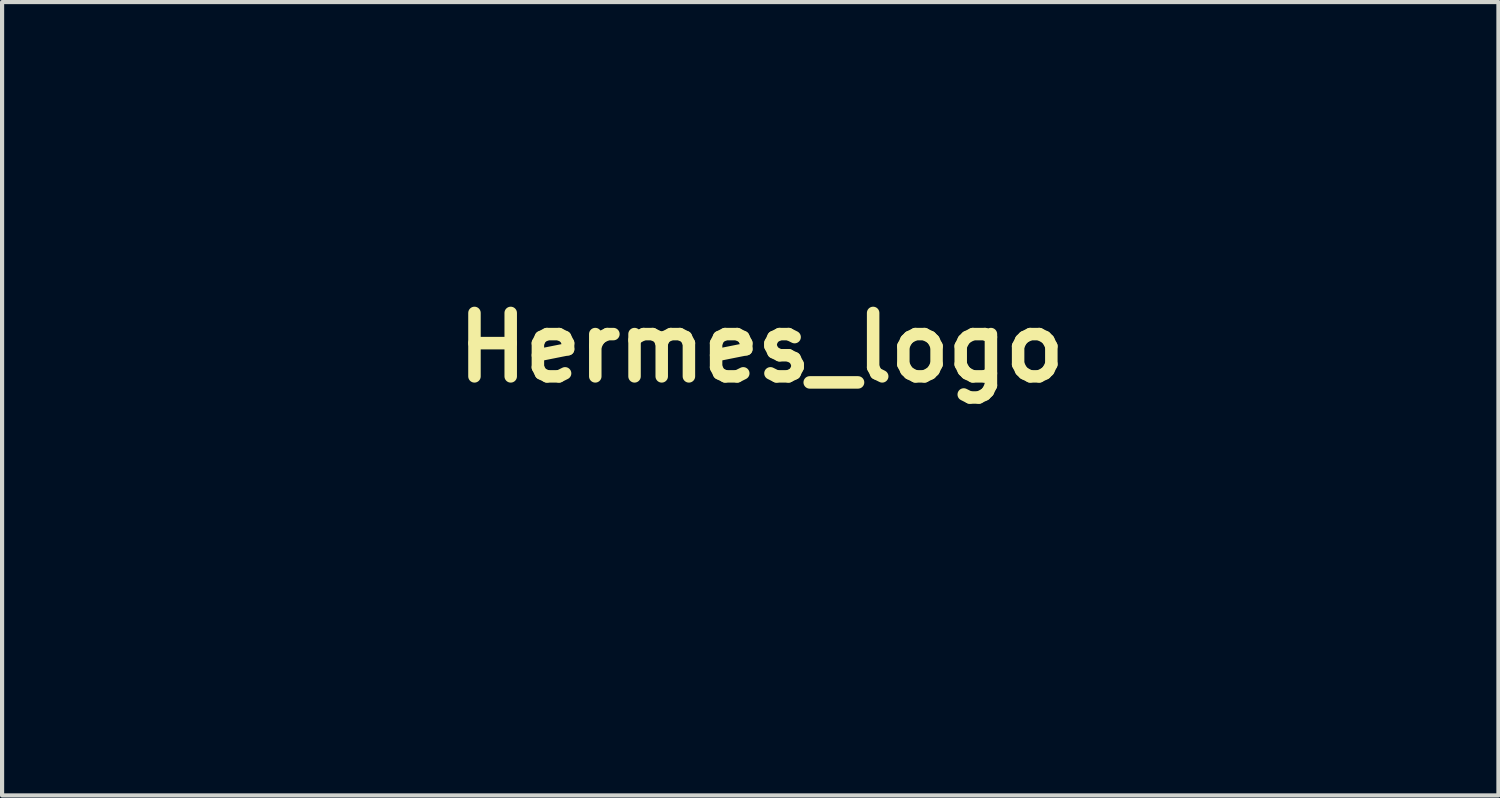
<source format=kicad_pcb>
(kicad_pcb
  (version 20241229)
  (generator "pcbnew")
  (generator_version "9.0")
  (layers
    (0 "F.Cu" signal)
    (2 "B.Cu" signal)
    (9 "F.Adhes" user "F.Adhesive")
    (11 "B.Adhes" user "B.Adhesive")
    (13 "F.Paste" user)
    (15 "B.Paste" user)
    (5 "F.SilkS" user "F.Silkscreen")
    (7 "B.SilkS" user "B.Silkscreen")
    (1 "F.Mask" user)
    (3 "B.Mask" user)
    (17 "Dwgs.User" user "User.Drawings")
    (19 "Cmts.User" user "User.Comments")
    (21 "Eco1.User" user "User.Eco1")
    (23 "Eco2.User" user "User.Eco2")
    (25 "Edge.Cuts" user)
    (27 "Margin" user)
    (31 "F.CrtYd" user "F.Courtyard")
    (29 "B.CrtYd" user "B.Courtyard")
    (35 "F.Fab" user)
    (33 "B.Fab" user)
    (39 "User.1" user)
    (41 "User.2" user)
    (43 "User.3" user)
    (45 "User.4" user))
  (footprint "Hermes_logo"
    (layer "F.Cu")
    (at 15.245 5.304)
    (property "Reference" "Hermes_logo" (at 0 0 0) (layer "F.SilkS") (effects (font (size 1.524 1.524) (thickness 0.3))))
    (attr through_hole)
    (fp_poly (pts (xy 2.05 6.506) (xy 2.013 6.665) (xy 1.872 6.684) (xy 1.652 6.586) (xy 1.693 6.506) (xy 2.011 6.474) (xy 2.05 6.506)) (stroke (width 0.01) (type solid)) (fill yes) (layer "F.Mask"))
    (fp_poly (pts (xy 2.05 7.575) (xy 2.013 7.734) (xy 1.872 7.754) (xy 1.652 7.656) (xy 1.693 7.575) (xy 2.011 7.543) (xy 2.05 7.575)) (stroke (width 0.01) (type solid)) (fill yes) (layer "F.Mask"))
    (fp_poly (pts (xy -14.953 -4.494) (xy -14.692 -4.265) (xy -14.685 -4.204) (xy -14.702 -3.799) (xy -14.705 -3.476) (xy -14.817 -3.041) (xy -14.973 -2.941) (xy -15.158 -3.174) (xy -15.24 -3.737) (xy -15.24 -3.765) (xy -15.161 -4.318) (xy -14.962 -4.497) (xy -14.953 -4.494)) (stroke (width 0.01) (type solid)) (fill yes) (layer "F.Mask"))
    (fp_poly (pts (xy 4.204 5.85) (xy 4.276 6.425) (xy 4.278 6.528) (xy 4.366 7.181) (xy 4.582 7.561) (xy 4.612 7.577) (xy 4.624 7.673) (xy 4.208 7.727) (xy 4.144 7.728) (xy 3.645 7.694) (xy 3.651 7.554) (xy 3.711 7.512) (xy 3.966 7.049) (xy 3.958 6.446) (xy 3.935 5.875) (xy 4.045 5.616) (xy 4.057 5.615) (xy 4.204 5.85)) (stroke (width 0.01) (type solid)) (fill yes) (layer "F.Mask"))
    (fp_poly (pts (xy -1.082 5.81) (xy -0.92 6.252) (xy -0.678 6.827) (xy -0.401 6.89) (xy -0.138 6.431) (xy -0.127 6.397) (xy 0.065 6.018) (xy 0.194 5.987) (xy 0.205 6.312) (xy 0.031 6.864) (xy -0.233 7.415) (xy -0.491 7.736) (xy -0.546 7.754) (xy -0.76 7.526) (xy -1.019 6.963) (xy -1.075 6.8) (xy -1.244 6.146) (xy -1.263 5.737) (xy -1.243 5.699) (xy -1.082 5.81)) (stroke (width 0.01) (type solid)) (fill yes) (layer "F.Mask"))
    (fp_poly (pts (xy 8.775 -5.174) (xy 8.739 -4.712) (xy 8.729 -4.684) (xy 8.313 -4.187) (xy 7.714 -4.13) (xy 7.215 -4.416) (xy 6.821 -4.724) (xy 6.623 -4.657) (xy 6.527 -4.448) (xy 6.255 -4.072) (xy 5.992 -4.063) (xy 5.924 -4.422) (xy 5.929 -4.45) (xy 6.255 -5.054) (xy 6.809 -5.258) (xy 7.422 -5.004) (xy 7.446 -4.982) (xy 7.847 -4.664) (xy 8.073 -4.72) (xy 8.244 -4.991) (xy 8.559 -5.299) (xy 8.775 -5.174)) (stroke (width 0.01) (type solid)) (fill yes) (layer "F.Mask"))
    (fp_poly (pts (xy -2.206 5.651) (xy -1.747 5.688) (xy -1.797 5.745) (xy -2.072 5.803) (xy -2.578 6.014) (xy -2.612 6.287) (xy -2.206 6.5) (xy -1.876 6.602) (xy -2.066 6.643) (xy -2.206 6.653) (xy -2.605 6.836) (xy -2.63 7.179) (xy -2.306 7.49) (xy -2.072 7.565) (xy -1.719 7.65) (xy -1.86 7.696) (xy -2.206 7.717) (xy -2.677 7.694) (xy -2.887 7.465) (xy -2.94 6.882) (xy -2.941 6.684) (xy -2.909 6) (xy -2.744 5.703) (xy -2.342 5.646) (xy -2.206 5.651)) (stroke (width 0.01) (type solid)) (fill yes) (layer "F.Mask"))
    (fp_poly (pts (xy 3.296 4.585) (xy 6.409 4.595) (xy 9.157 4.612) (xy 10.384 4.624) (xy 11.094 4.635) (xy 11.306 4.646) (xy 11.039 4.655) (xy 10.311 4.664) (xy 9.14 4.671) (xy 7.546 4.677) (xy 5.546 4.682) (xy 3.159 4.685) (xy 0.404 4.686) (xy 0 4.686) (xy -2.804 4.685) (xy -5.243 4.683) (xy -7.296 4.678) (xy -8.947 4.672) (xy -10.177 4.665) (xy -10.966 4.657) (xy -11.297 4.647) (xy -11.152 4.637) (xy -10.511 4.626) (xy -9.356 4.614) (xy -9.157 4.612) (xy -6.4 4.595) (xy -3.287 4.585) (xy 0.005 4.582) (xy 3.296 4.585)) (stroke (width 0.01) (type solid)) (fill yes) (layer "F.Mask"))
    (fp_poly (pts (xy -4.175 5.663) (xy -3.945 5.894) (xy -3.767 6.434) (xy -3.628 7.085) (xy -3.544 7.603) (xy -3.624 7.662) (xy -3.835 7.419) (xy -4.246 7.044) (xy -4.488 6.952) (xy -4.788 7.172) (xy -4.896 7.419) (xy -4.974 7.476) (xy -5.033 7.086) (xy -5.049 6.751) (xy -5.033 6.046) (xy -4.78 6.046) (xy -4.714 6.415) (xy -4.642 6.499) (xy -4.308 6.553) (xy -4.038 6.282) (xy -4.011 6.134) (xy -4.227 5.91) (xy -4.412 5.882) (xy -4.78 6.046) (xy -5.033 6.046) (xy -5.032 6.028) (xy -4.887 5.696) (xy -4.55 5.615) (xy -4.537 5.615) (xy -4.175 5.663)) (stroke (width 0.01) (type solid)) (fill yes) (layer "F.Mask"))
    (fp_poly (pts (xy 5.866 -3.026) (xy 5.939 -2.903) (xy 6.148 -2.731) (xy 6.613 -2.903) (xy 7.593 -3.191) (xy 8.49 -3.018) (xy 8.982 -2.646) (xy 9.213 -2.309) (xy 9.373 -1.829) (xy 9.478 -1.099) (xy 9.547 -0.013) (xy 9.581 0.963) (xy 9.615 2.275) (xy 9.615 3.144) (xy 9.568 3.661) (xy 9.46 3.917) (xy 9.276 4.003) (xy 9.122 4.011) (xy 8.887 3.979) (xy 8.728 3.824) (xy 8.625 3.457) (xy 8.562 2.787) (xy 8.52 1.726) (xy 8.497 0.869) (xy 8.422 -2.273) (xy 7.494 -2.273) (xy 6.746 -2.123) (xy 6.251 -1.635) (xy 5.975 -0.75) (xy 5.886 0.587) (xy 5.886 0.602) (xy 5.85 1.512) (xy 5.731 1.99) (xy 5.502 2.138) (xy 5.481 2.139) (xy 5.294 2.051) (xy 5.174 1.727) (xy 5.108 1.08) (xy 5.082 0.022) (xy 5.08 -0.535) (xy 5.095 -1.796) (xy 5.148 -2.605) (xy 5.25 -3.047) (xy 5.414 -3.204) (xy 5.459 -3.208) (xy 5.866 -3.026)) (stroke (width 0.01) (type solid)) (fill yes) (layer "F.Mask"))
    (fp_poly (pts (xy 13.584 -2.385) (xy 14.269 -2.129) (xy 14.663 -1.669) (xy 14.705 -1.417) (xy 14.546 -1.104) (xy 14.178 -1.142) (xy 13.767 -1.503) (xy 13.698 -1.604) (xy 13.194 -2.052) (xy 12.614 -2.067) (xy 12.066 -1.718) (xy 11.657 -1.074) (xy 11.497 -0.204) (xy 11.564 0.25) (xy 11.842 0.609) (xy 12.444 0.981) (xy 12.967 1.238) (xy 13.8 1.666) (xy 14.245 2.016) (xy 14.418 2.402) (xy 14.438 2.69) (xy 14.202 3.429) (xy 13.583 3.974) (xy 12.719 4.264) (xy 11.745 4.237) (xy 11.296 4.101) (xy 10.995 3.749) (xy 10.962 3.559) (xy 11.111 3.283) (xy 11.43 3.344) (xy 12.299 3.643) (xy 12.869 3.666) (xy 13.236 3.475) (xy 13.592 3.012) (xy 13.483 2.556) (xy 12.887 2.063) (xy 12.318 1.747) (xy 11.549 1.322) (xy 10.986 0.942) (xy 10.808 0.769) (xy 10.628 0.047) (xy 10.754 -0.834) (xy 11.14 -1.628) (xy 11.259 -1.769) (xy 11.93 -2.22) (xy 12.755 -2.42) (xy 13.584 -2.385)) (stroke (width 0.01) (type solid)) (fill yes) (layer "F.Mask"))
    (fp_poly (pts (xy -3.667 -2.092) (xy -3.228 -1.702) (xy -2.756 -0.751) (xy -2.712 0.231) (xy -3.042 1.12) (xy -3.695 1.792) (xy -4.615 2.124) (xy -4.881 2.139) (xy -5.593 2.048) (xy -6.084 1.829) (xy -6.096 1.818) (xy -6.286 1.741) (xy -6.386 2.045) (xy -6.417 2.803) (xy -6.417 2.888) (xy -6.453 3.734) (xy -6.584 4.161) (xy -6.842 4.278) (xy -7.031 4.213) (xy -7.148 3.96) (xy -7.202 3.427) (xy -7.205 2.524) (xy -7.176 1.446) (xy -7.126 0.168) (xy -7.099 -0.169) (xy -6.151 -0.169) (xy -6.038 0.739) (xy -5.707 1.383) (xy -5.215 1.798) (xy -4.72 1.804) (xy -4.272 1.601) (xy -3.851 1.116) (xy -3.592 0.327) (xy -3.54 -0.549) (xy -3.693 -1.2) (xy -4.204 -1.833) (xy -4.877 -2.04) (xy -5.561 -1.782) (xy -5.634 -1.721) (xy -6.015 -1.067) (xy -6.151 -0.169) (xy -7.099 -0.169) (xy -7.056 -0.689) (xy -6.943 -1.239) (xy -6.762 -1.594) (xy -6.488 -1.868) (xy -6.454 -1.896) (xy -5.555 -2.341) (xy -4.563 -2.402) (xy -3.667 -2.092)) (stroke (width 0.01) (type solid)) (fill yes) (layer "F.Mask"))
    (fp_poly (pts (xy -0.212 -0.471) (xy -0.12 0.672) (xy 0.085 1.345) (xy 0.467 1.609) (xy 1.089 1.527) (xy 1.625 1.328) (xy 2.085 1.09) (xy 2.317 0.761) (xy 2.398 0.172) (xy 2.406 -0.393) (xy 2.37 -1.252) (xy 2.224 -1.743) (xy 1.909 -2.026) (xy 1.805 -2.08) (xy 1.467 -2.268) (xy 1.541 -2.355) (xy 2.083 -2.386) (xy 2.206 -2.388) (xy 3.208 -2.406) (xy 3.208 -0.401) (xy 3.229 0.657) (xy 3.305 1.278) (xy 3.456 1.558) (xy 3.609 1.604) (xy 3.965 1.749) (xy 4.011 1.872) (xy 3.778 2.059) (xy 3.218 2.139) (xy 3.208 2.139) (xy 2.582 2.026) (xy 2.406 1.723) (xy 2.358 1.456) (xy 2.118 1.519) (xy 1.812 1.723) (xy 1.073 2.048) (xy 0.491 2.139) (xy 0.002 2.205) (xy -0.227 2.506) (xy -0.318 3.121) (xy -0.455 3.792) (xy -0.685 4.186) (xy -0.735 4.213) (xy -0.889 4.13) (xy -0.991 3.72) (xy -1.048 2.917) (xy -1.069 1.657) (xy -1.069 1.374) (xy -1.077 0.073) (xy -1.112 -0.801) (xy -1.194 -1.353) (xy -1.341 -1.692) (xy -1.573 -1.924) (xy -1.664 -1.99) (xy -2.022 -2.263) (xy -1.99 -2.38) (xy -1.502 -2.406) (xy -1.274 -2.406) (xy -0.291 -2.406) (xy -0.212 -0.471)) (stroke (width 0.01) (type solid)) (fill yes) (layer "F.Mask"))
    (fp_poly (pts (xy -11.567 -4.488) (xy -10.368 -4.447) (xy -9.592 -4.387) (xy -9.124 -4.278) (xy -8.851 -4.086) (xy -8.662 -3.781) (xy -8.601 -3.656) (xy -8.373 -3.009) (xy -8.446 -2.75) (xy -8.774 -2.924) (xy -9.049 -3.224) (xy -9.469 -3.611) (xy -10.036 -3.803) (xy -10.938 -3.863) (xy -10.995 -3.864) (xy -12.433 -3.877) (xy -12.515 -2.741) (xy -12.544 -2.029) (xy -12.427 -1.701) (xy -12.064 -1.609) (xy -11.755 -1.604) (xy -11.087 -1.716) (xy -10.784 -2.098) (xy -10.772 -2.139) (xy -10.569 -2.621) (xy -10.372 -2.621) (xy -10.222 -2.192) (xy -10.16 -1.385) (xy -10.16 -1.353) (xy -10.214 -0.562) (xy -10.348 -0.022) (xy -10.516 0.188) (xy -10.674 -0.009) (xy -10.742 -0.33) (xy -10.942 -0.782) (xy -11.467 -0.99) (xy -11.713 -1.021) (xy -12.597 -1.106) (xy -12.515 0.182) (xy -12.433 1.471) (xy -11.157 1.552) (xy -10.309 1.557) (xy -9.73 1.374) (xy -9.16 0.911) (xy -9.052 0.805) (xy -8.533 0.324) (xy -8.191 0.076) (xy -8.131 0.068) (xy -8.142 0.357) (xy -8.285 0.958) (xy -8.342 1.15) (xy -8.646 2.139) (xy -11.408 2.139) (xy -12.679 2.114) (xy -13.601 2.045) (xy -14.102 1.939) (xy -14.171 1.872) (xy -13.954 1.634) (xy -13.769 1.604) (xy -13.586 1.518) (xy -13.467 1.202) (xy -13.4 0.571) (xy -13.372 -0.463) (xy -13.368 -1.203) (xy -13.381 -2.485) (xy -13.426 -3.319) (xy -13.516 -3.791) (xy -13.664 -3.988) (xy -13.769 -4.011) (xy -14.125 -4.16) (xy -14.171 -4.288) (xy -13.911 -4.421) (xy -13.155 -4.492) (xy -11.94 -4.497) (xy -11.567 -4.488)) (stroke (width 0.01) (type solid)) (fill yes) (layer "F.Mask")))
  (gr_rect
    (start -3 -3)
    (end 32.955 16.063)
    (stroke (width 0.1) (type default))
    (fill no)
    (layer "Edge.Cuts")))
</source>
